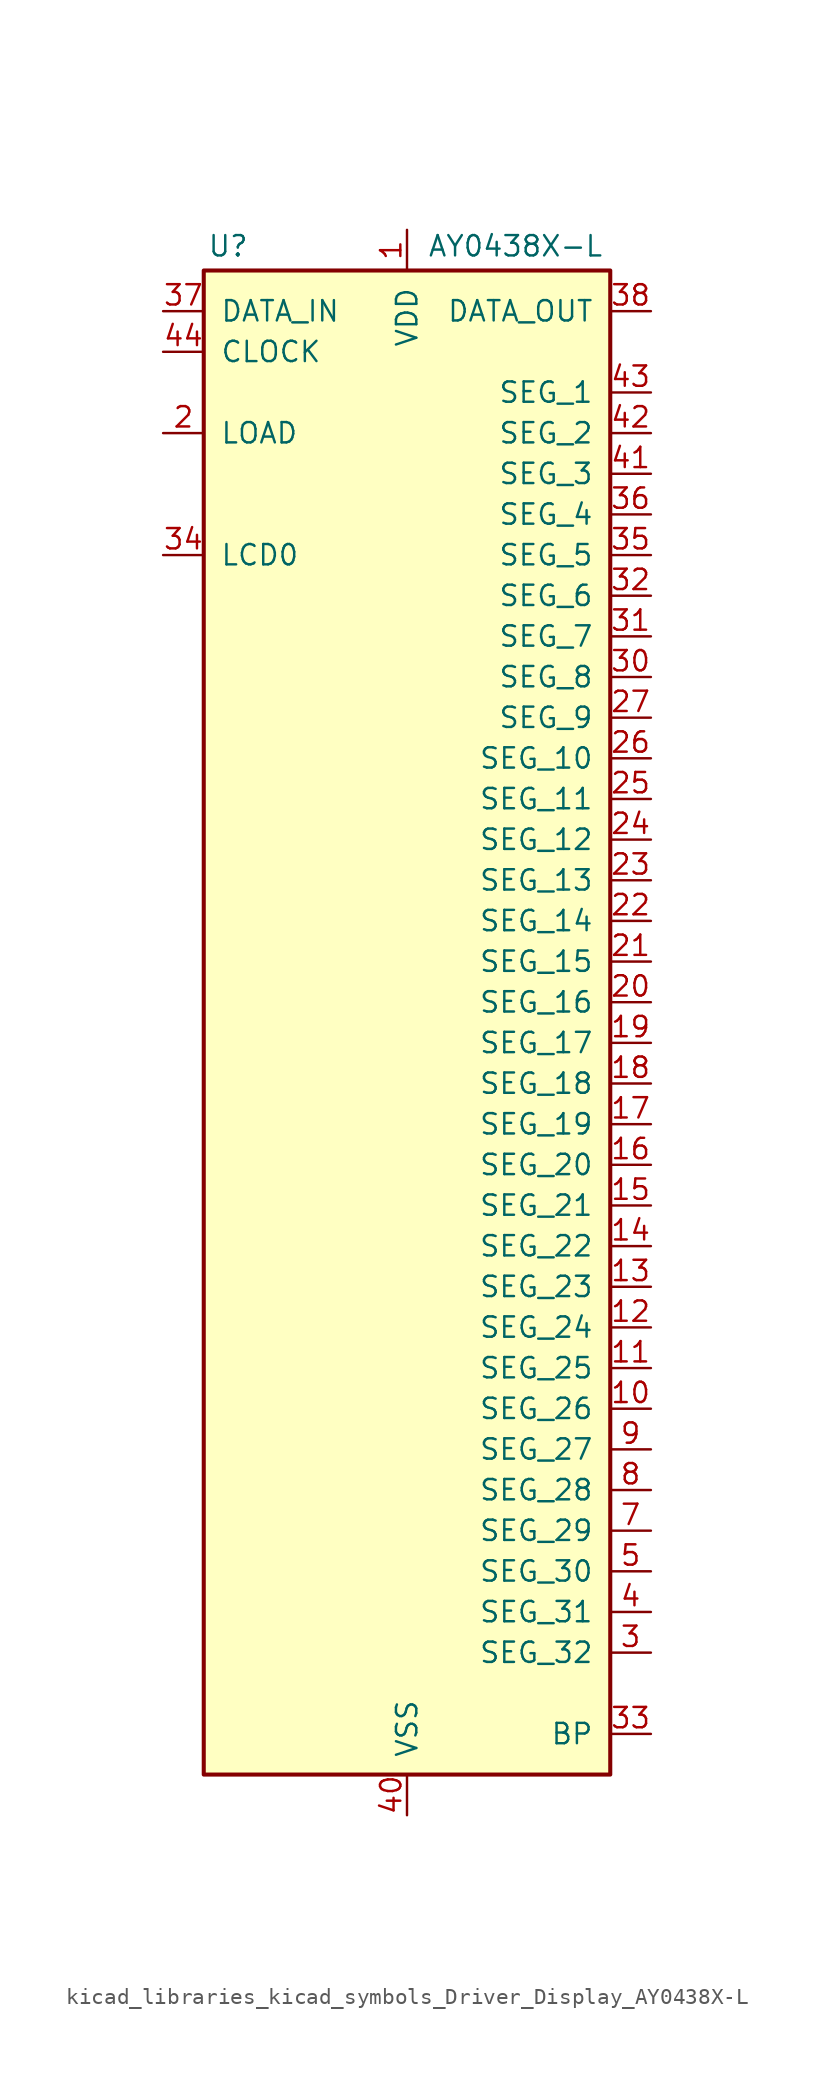
<source format=kicad_sym>
(kicad_symbol_lib
  (version 20220914)
  (generator kicad_symbol_editor)
  (symbol "kicad_libraries_kicad_symbols_Driver_Display_AY0438X-L"
    (pin_names
      (offset 1.016))
    (property "Reference" "U"
      (at -11.176 47.244 0)
      (effects (font (size 1.27 1.27))))
    (property "Value" "AY0438X-L"
      (at 1.27 47.244 0)
      (effects (font (size 1.27 1.27)) (justify left)))
    (symbol "kicad_libraries_kicad_symbols_Driver_Display_AY0438X-L_0_1"
      (rectangle (start -12.7 45.72) (end 12.7 -48.26) (stroke (width 0.254) (type default)) (fill (type background))))
    (symbol "kicad_libraries_kicad_symbols_Driver_Display_AY0438X-L_1_1"
      (pin power_in line (at 0 48.26 270) (length 2.54) (name "VDD" (effects (font (size 1.27 1.27)))) (number "1" (effects (font (size 1.27 1.27)))))
      (pin output line (at 15.24 -25.4 180) (length 2.54) (name "SEG_26" (effects (font (size 1.27 1.27)))) (number "10" (effects (font (size 1.27 1.27)))))
      (pin output line (at 15.24 -22.86 180) (length 2.54) (name "SEG_25" (effects (font (size 1.27 1.27)))) (number "11" (effects (font (size 1.27 1.27)))))
      (pin output line (at 15.24 -20.32 180) (length 2.54) (name "SEG_24" (effects (font (size 1.27 1.27)))) (number "12" (effects (font (size 1.27 1.27)))))
      (pin output line (at 15.24 -17.78 180) (length 2.54) (name "SEG_23" (effects (font (size 1.27 1.27)))) (number "13" (effects (font (size 1.27 1.27)))))
      (pin output line (at 15.24 -15.24 180) (length 2.54) (name "SEG_22" (effects (font (size 1.27 1.27)))) (number "14" (effects (font (size 1.27 1.27)))))
      (pin output line (at 15.24 -12.7 180) (length 2.54) (name "SEG_21" (effects (font (size 1.27 1.27)))) (number "15" (effects (font (size 1.27 1.27)))))
      (pin output line (at 15.24 -10.16 180) (length 2.54) (name "SEG_20" (effects (font (size 1.27 1.27)))) (number "16" (effects (font (size 1.27 1.27)))))
      (pin output line (at 15.24 -7.62 180) (length 2.54) (name "SEG_19" (effects (font (size 1.27 1.27)))) (number "17" (effects (font (size 1.27 1.27)))))
      (pin output line (at 15.24 -5.08 180) (length 2.54) (name "SEG_18" (effects (font (size 1.27 1.27)))) (number "18" (effects (font (size 1.27 1.27)))))
      (pin output line (at 15.24 -2.54 180) (length 2.54) (name "SEG_17" (effects (font (size 1.27 1.27)))) (number "19" (effects (font (size 1.27 1.27)))))
      (pin input line (at -15.24 35.56 0) (length 2.54) (name "LOAD" (effects (font (size 1.27 1.27)))) (number "2" (effects (font (size 1.27 1.27)))))
      (pin output line (at 15.24 0 180) (length 2.54) (name "SEG_16" (effects (font (size 1.27 1.27)))) (number "20" (effects (font (size 1.27 1.27)))))
      (pin output line (at 15.24 2.54 180) (length 2.54) (name "SEG_15" (effects (font (size 1.27 1.27)))) (number "21" (effects (font (size 1.27 1.27)))))
      (pin output line (at 15.24 5.08 180) (length 2.54) (name "SEG_14" (effects (font (size 1.27 1.27)))) (number "22" (effects (font (size 1.27 1.27)))))
      (pin output line (at 15.24 7.62 180) (length 2.54) (name "SEG_13" (effects (font (size 1.27 1.27)))) (number "23" (effects (font (size 1.27 1.27)))))
      (pin output line (at 15.24 10.16 180) (length 2.54) (name "SEG_12" (effects (font (size 1.27 1.27)))) (number "24" (effects (font (size 1.27 1.27)))))
      (pin output line (at 15.24 12.7 180) (length 2.54) (name "SEG_11" (effects (font (size 1.27 1.27)))) (number "25" (effects (font (size 1.27 1.27)))))
      (pin output line (at 15.24 15.24 180) (length 2.54) (name "SEG_10" (effects (font (size 1.27 1.27)))) (number "26" (effects (font (size 1.27 1.27)))))
      (pin output line (at 15.24 17.78 180) (length 2.54) (name "SEG_9" (effects (font (size 1.27 1.27)))) (number "27" (effects (font (size 1.27 1.27)))))
      (pin no_connect line (at -12.7 -38.1 0) (length 2.54) hide (name "NC" (effects (font (size 1.27 1.27)))) (number "28" (effects (font (size 1.27 1.27)))))
      (pin no_connect line (at -12.7 -35.56 0) (length 2.54) hide (name "NC" (effects (font (size 1.27 1.27)))) (number "29" (effects (font (size 1.27 1.27)))))
      (pin output line (at 15.24 -40.64 180) (length 2.54) (name "SEG_32" (effects (font (size 1.27 1.27)))) (number "3" (effects (font (size 1.27 1.27)))))
      (pin output line (at 15.24 20.32 180) (length 2.54) (name "SEG_8" (effects (font (size 1.27 1.27)))) (number "30" (effects (font (size 1.27 1.27)))))
      (pin output line (at 15.24 22.86 180) (length 2.54) (name "SEG_7" (effects (font (size 1.27 1.27)))) (number "31" (effects (font (size 1.27 1.27)))))
      (pin output line (at 15.24 25.4 180) (length 2.54) (name "SEG_6" (effects (font (size 1.27 1.27)))) (number "32" (effects (font (size 1.27 1.27)))))
      (pin output line (at 15.24 -45.72 180) (length 2.54) (name "BP" (effects (font (size 1.27 1.27)))) (number "33" (effects (font (size 1.27 1.27)))))
      (pin input line (at -15.24 27.94 0) (length 2.54) (name "LCD0" (effects (font (size 1.27 1.27)))) (number "34" (effects (font (size 1.27 1.27)))))
      (pin output line (at 15.24 27.94 180) (length 2.54) (name "SEG_5" (effects (font (size 1.27 1.27)))) (number "35" (effects (font (size 1.27 1.27)))))
      (pin output line (at 15.24 30.48 180) (length 2.54) (name "SEG_4" (effects (font (size 1.27 1.27)))) (number "36" (effects (font (size 1.27 1.27)))))
      (pin input line (at -15.24 43.18 0) (length 2.54) (name "DATA_IN" (effects (font (size 1.27 1.27)))) (number "37" (effects (font (size 1.27 1.27)))))
      (pin output line (at 15.24 43.18 180) (length 2.54) (name "DATA_OUT" (effects (font (size 1.27 1.27)))) (number "38" (effects (font (size 1.27 1.27)))))
      (pin no_connect line (at -12.7 -33.02 0) (length 2.54) hide (name "NC" (effects (font (size 1.27 1.27)))) (number "39" (effects (font (size 1.27 1.27)))))
      (pin output line (at 15.24 -38.1 180) (length 2.54) (name "SEG_31" (effects (font (size 1.27 1.27)))) (number "4" (effects (font (size 1.27 1.27)))))
      (pin power_in line (at 0 -50.8 90) (length 2.54) (name "VSS" (effects (font (size 1.27 1.27)))) (number "40" (effects (font (size 1.27 1.27)))))
      (pin output line (at 15.24 33.02 180) (length 2.54) (name "SEG_3" (effects (font (size 1.27 1.27)))) (number "41" (effects (font (size 1.27 1.27)))))
      (pin output line (at 15.24 35.56 180) (length 2.54) (name "SEG_2" (effects (font (size 1.27 1.27)))) (number "42" (effects (font (size 1.27 1.27)))))
      (pin output line (at 15.24 38.1 180) (length 2.54) (name "SEG_1" (effects (font (size 1.27 1.27)))) (number "43" (effects (font (size 1.27 1.27)))))
      (pin input line (at -15.24 40.64 0) (length 2.54) (name "CLOCK" (effects (font (size 1.27 1.27)))) (number "44" (effects (font (size 1.27 1.27)))))
      (pin output line (at 15.24 -35.56 180) (length 2.54) (name "SEG_30" (effects (font (size 1.27 1.27)))) (number "5" (effects (font (size 1.27 1.27)))))
      (pin no_connect line (at -12.7 -40.64 0) (length 2.54) hide (name "NC" (effects (font (size 1.27 1.27)))) (number "6" (effects (font (size 1.27 1.27)))))
      (pin output line (at 15.24 -33.02 180) (length 2.54) (name "SEG_29" (effects (font (size 1.27 1.27)))) (number "7" (effects (font (size 1.27 1.27)))))
      (pin output line (at 15.24 -30.48 180) (length 2.54) (name "SEG_28" (effects (font (size 1.27 1.27)))) (number "8" (effects (font (size 1.27 1.27)))))
      (pin output line (at 15.24 -27.94 180) (length 2.54) (name "SEG_27" (effects (font (size 1.27 1.27)))) (number "9" (effects (font (size 1.27 1.27))))))))
</source>
